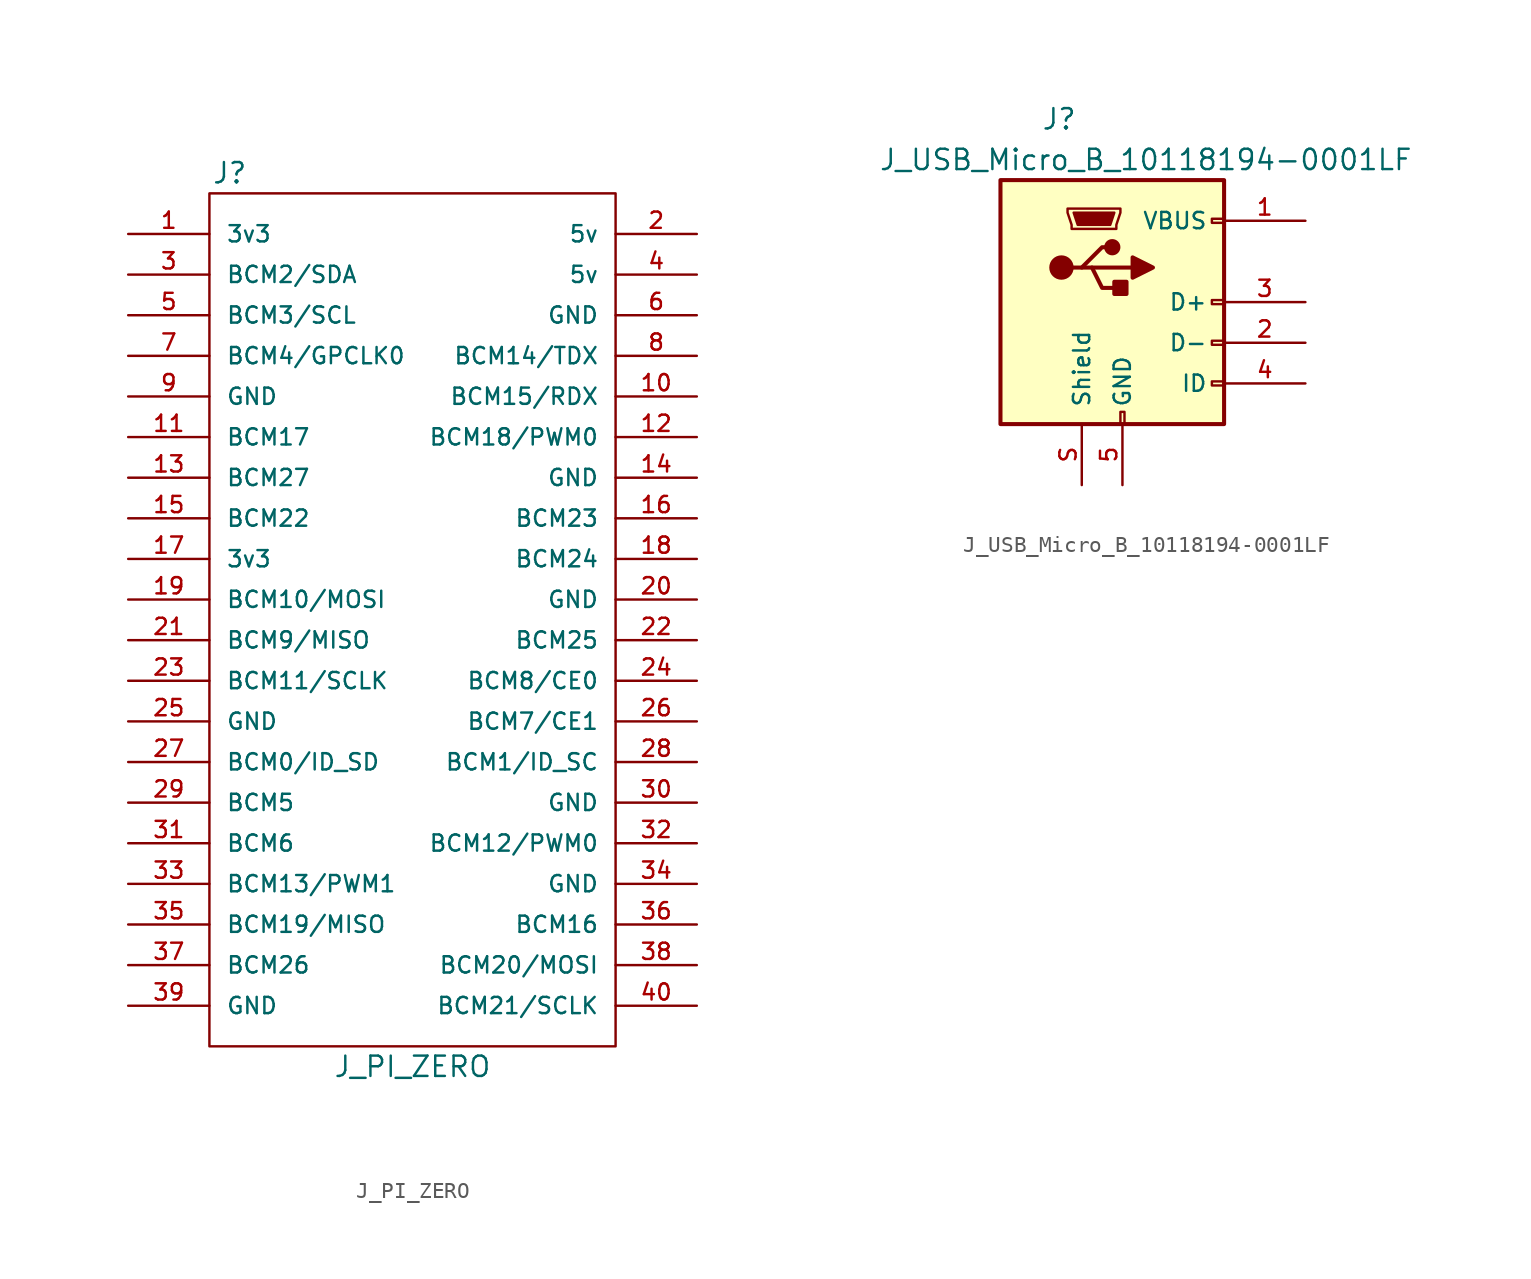
<source format=kicad_sym>
(kicad_symbol_lib
  (version 20211014)
  (generator kicad_symbol_editor)
  (symbol "J_PI_ZERO"
    (pin_names
      (offset 1.016))
    (property "Reference" "J"
      (at -11.43 27.94 0)
      (effects (font (size 1.27 1.27))))
    (property "Value" "J_PI_ZERO"
      (at 0 -27.94 0)
      (effects (font (size 1.27 1.27))))
    (symbol "J_PI_ZERO_1_1"
      (rectangle (start -12.7 26.67) (end 12.7 -26.67) (stroke (width 0) (type default) (color 0 0 0 0)) (fill (type none)))
      (pin passive line (at -17.78 24.13 0) (length 5.08) (name "3v3" (effects (font (size 1.016 1.016)))) (number "1" (effects (font (size 1.016 1.016)))))
      (pin passive line (at 17.78 13.97 180) (length 5.08) (name "BCM15/RDX" (effects (font (size 1.016 1.016)))) (number "10" (effects (font (size 1.016 1.016)))))
      (pin passive line (at -17.78 11.43 0) (length 5.08) (name "BCM17" (effects (font (size 1.016 1.016)))) (number "11" (effects (font (size 1.016 1.016)))))
      (pin passive line (at 17.78 11.43 180) (length 5.08) (name "BCM18/PWM0" (effects (font (size 1.016 1.016)))) (number "12" (effects (font (size 1.016 1.016)))))
      (pin passive line (at -17.78 8.89 0) (length 5.08) (name "BCM27" (effects (font (size 1.016 1.016)))) (number "13" (effects (font (size 1.016 1.016)))))
      (pin passive line (at 17.78 8.89 180) (length 5.08) (name "GND" (effects (font (size 1.016 1.016)))) (number "14" (effects (font (size 1.016 1.016)))))
      (pin passive line (at -17.78 6.35 0) (length 5.08) (name "BCM22" (effects (font (size 1.016 1.016)))) (number "15" (effects (font (size 1.016 1.016)))))
      (pin passive line (at 17.78 6.35 180) (length 5.08) (name "BCM23" (effects (font (size 1.016 1.016)))) (number "16" (effects (font (size 1.016 1.016)))))
      (pin passive line (at -17.78 3.81 0) (length 5.08) (name "3v3" (effects (font (size 1.016 1.016)))) (number "17" (effects (font (size 1.016 1.016)))))
      (pin passive line (at 17.78 3.81 180) (length 5.08) (name "BCM24" (effects (font (size 1.016 1.016)))) (number "18" (effects (font (size 1.016 1.016)))))
      (pin passive line (at -17.78 1.27 0) (length 5.08) (name "BCM10/MOSI" (effects (font (size 1.016 1.016)))) (number "19" (effects (font (size 1.016 1.016)))))
      (pin passive line (at 17.78 24.13 180) (length 5.08) (name "5v" (effects (font (size 1.016 1.016)))) (number "2" (effects (font (size 1.016 1.016)))))
      (pin passive line (at 17.78 1.27 180) (length 5.08) (name "GND" (effects (font (size 1.016 1.016)))) (number "20" (effects (font (size 1.016 1.016)))))
      (pin passive line (at -17.78 -1.27 0) (length 5.08) (name "BCM9/MISO" (effects (font (size 1.016 1.016)))) (number "21" (effects (font (size 1.016 1.016)))))
      (pin passive line (at 17.78 -1.27 180) (length 5.08) (name "BCM25" (effects (font (size 1.016 1.016)))) (number "22" (effects (font (size 1.016 1.016)))))
      (pin passive line (at -17.78 -3.81 0) (length 5.08) (name "BCM11/SCLK" (effects (font (size 1.016 1.016)))) (number "23" (effects (font (size 1.016 1.016)))))
      (pin passive line (at 17.78 -3.81 180) (length 5.08) (name "BCM8/CE0" (effects (font (size 1.016 1.016)))) (number "24" (effects (font (size 1.016 1.016)))))
      (pin passive line (at -17.78 -6.35 0) (length 5.08) (name "GND" (effects (font (size 1.016 1.016)))) (number "25" (effects (font (size 1.016 1.016)))))
      (pin passive line (at 17.78 -6.35 180) (length 5.08) (name "BCM7/CE1" (effects (font (size 1.016 1.016)))) (number "26" (effects (font (size 1.016 1.016)))))
      (pin passive line (at -17.78 -8.89 0) (length 5.08) (name "BCM0/ID_SD" (effects (font (size 1.016 1.016)))) (number "27" (effects (font (size 1.016 1.016)))))
      (pin passive line (at 17.78 -8.89 180) (length 5.08) (name "BCM1/ID_SC" (effects (font (size 1.016 1.016)))) (number "28" (effects (font (size 1.016 1.016)))))
      (pin passive line (at -17.78 -11.43 0) (length 5.08) (name "BCM5" (effects (font (size 1.016 1.016)))) (number "29" (effects (font (size 1.016 1.016)))))
      (pin passive line (at -17.78 21.59 0) (length 5.08) (name "BCM2/SDA" (effects (font (size 1.016 1.016)))) (number "3" (effects (font (size 1.016 1.016)))))
      (pin passive line (at 17.78 -11.43 180) (length 5.08) (name "GND" (effects (font (size 1.016 1.016)))) (number "30" (effects (font (size 1.016 1.016)))))
      (pin passive line (at -17.78 -13.97 0) (length 5.08) (name "BCM6" (effects (font (size 1.016 1.016)))) (number "31" (effects (font (size 1.016 1.016)))))
      (pin passive line (at 17.78 -13.97 180) (length 5.08) (name "BCM12/PWM0" (effects (font (size 1.016 1.016)))) (number "32" (effects (font (size 1.016 1.016)))))
      (pin passive line (at -17.78 -16.51 0) (length 5.08) (name "BCM13/PWM1" (effects (font (size 1.016 1.016)))) (number "33" (effects (font (size 1.016 1.016)))))
      (pin passive line (at 17.78 -16.51 180) (length 5.08) (name "GND" (effects (font (size 1.016 1.016)))) (number "34" (effects (font (size 1.016 1.016)))))
      (pin passive line (at -17.78 -19.05 0) (length 5.08) (name "BCM19/MISO" (effects (font (size 1.016 1.016)))) (number "35" (effects (font (size 1.016 1.016)))))
      (pin passive line (at 17.78 -19.05 180) (length 5.08) (name "BCM16" (effects (font (size 1.016 1.016)))) (number "36" (effects (font (size 1.016 1.016)))))
      (pin passive line (at -17.78 -21.59 0) (length 5.08) (name "BCM26" (effects (font (size 1.016 1.016)))) (number "37" (effects (font (size 1.016 1.016)))))
      (pin passive line (at 17.78 -21.59 180) (length 5.08) (name "BCM20/MOSI" (effects (font (size 1.016 1.016)))) (number "38" (effects (font (size 1.016 1.016)))))
      (pin passive line (at -17.78 -24.13 0) (length 5.08) (name "GND" (effects (font (size 1.016 1.016)))) (number "39" (effects (font (size 1.016 1.016)))))
      (pin passive line (at 17.78 21.59 180) (length 5.08) (name "5v" (effects (font (size 1.016 1.016)))) (number "4" (effects (font (size 1.016 1.016)))))
      (pin passive line (at 17.78 -24.13 180) (length 5.08) (name "BCM21/SCLK" (effects (font (size 1.016 1.016)))) (number "40" (effects (font (size 1.016 1.016)))))
      (pin passive line (at -17.78 19.05 0) (length 5.08) (name "BCM3/SCL" (effects (font (size 1.016 1.016)))) (number "5" (effects (font (size 1.016 1.016)))))
      (pin passive line (at 17.78 19.05 180) (length 5.08) (name "GND" (effects (font (size 1.016 1.016)))) (number "6" (effects (font (size 1.016 1.016)))))
      (pin passive line (at -17.78 16.51 0) (length 5.08) (name "BCM4/GPCLK0" (effects (font (size 1.016 1.016)))) (number "7" (effects (font (size 1.016 1.016)))))
      (pin passive line (at 17.78 16.51 180) (length 5.08) (name "BCM14/TDX" (effects (font (size 1.016 1.016)))) (number "8" (effects (font (size 1.016 1.016)))))
      (pin passive line (at -17.78 13.97 0) (length 5.08) (name "GND" (effects (font (size 1.016 1.016)))) (number "9" (effects (font (size 1.016 1.016)))))))
  (symbol "J_USB_Micro_B_10118194-0001LF"
    (pin_names
      (offset 1.016))
    (property "Reference" "J"
      (at -5.08 11.43 0)
      (effects (font (size 1.27 1.27)) (justify left)))
    (property "Value" "J_USB_Micro_B_10118194-0001LF"
      (at -15.24 8.89 0)
      (effects (font (size 1.27 1.27)) (justify left)))
    (symbol "J_USB_Micro_B_10118194-0001LF_0_1"
      (rectangle (start -7.62 7.62) (end 6.35 -7.62) (stroke (width 0.254) (type default) (color 0 0 0 0)) (fill (type background)))
      (circle (center -3.81 2.159) (radius 0.635) (stroke (width 0.254) (type default) (color 0 0 0 0)) (fill (type outline)))
      (circle (center -0.635 3.429) (radius 0.381) (stroke (width 0.254) (type default) (color 0 0 0 0)) (fill (type outline)))
      (rectangle (start -0.127 -7.62) (end 0.127 -6.858) (stroke (width 0) (type default) (color 0 0 0 0)) (fill (type none)))
      (polyline (pts (xy -1.905 2.159) (xy 0.635 2.159)) (stroke (width 0.254) (type default) (color 0 0 0 0)) (fill (type none)))
      (polyline (pts (xy -3.175 2.159) (xy -2.54 2.159) (xy -1.27 3.429) (xy -0.635 3.429)) (stroke (width 0.254) (type default) (color 0 0 0 0)) (fill (type none)))
      (polyline (pts (xy -2.54 2.159) (xy -1.905 2.159) (xy -1.27 0.889) (xy 0 0.889)) (stroke (width 0.254) (type default) (color 0 0 0 0)) (fill (type none)))
      (polyline (pts (xy 0.635 2.794) (xy 0.635 1.524) (xy 1.905 2.159) (xy 0.635 2.794)) (stroke (width 0.254) (type default) (color 0 0 0 0)) (fill (type outline)))
      (polyline (pts (xy -3.048 5.588) (xy -0.508 5.588) (xy -0.762 4.826) (xy -2.794 4.826) (xy -3.048 5.588)) (stroke (width 0) (type default) (color 0 0 0 0)) (fill (type outline)))
      (polyline (pts (xy -3.429 5.842) (xy -3.429 5.588) (xy -3.175 4.826) (xy -3.175 4.572) (xy -0.381 4.572) (xy -0.381 4.826) (xy -0.127 5.588) (xy -0.127 5.842) (xy -3.429 5.842)) (stroke (width 0) (type default) (color 0 0 0 0)) (fill (type none)))
      (rectangle (start 0.254 1.27) (end -0.508 0.508) (stroke (width 0.254) (type default) (color 0 0 0 0)) (fill (type outline)))
      (rectangle (start 6.35 -5.207) (end 5.588 -4.953) (stroke (width 0) (type default) (color 0 0 0 0)) (fill (type none)))
      (rectangle (start 6.35 -2.667) (end 5.588 -2.413) (stroke (width 0) (type default) (color 0 0 0 0)) (fill (type none)))
      (rectangle (start 6.35 -0.127) (end 5.588 0.127) (stroke (width 0) (type default) (color 0 0 0 0)) (fill (type none)))
      (rectangle (start 6.35 4.953) (end 5.588 5.207) (stroke (width 0) (type default) (color 0 0 0 0)) (fill (type none))))
    (symbol "J_USB_Micro_B_10118194-0001LF_1_1"
      (pin power_out line (at 11.43 5.08 180) (length 5.08) (name "VBUS" (effects (font (size 1.016 1.016)))) (number "1" (effects (font (size 1.016 1.016)))))
      (pin bidirectional line (at 11.43 -2.54 180) (length 5.08) (name "D-" (effects (font (size 1.016 1.016)))) (number "2" (effects (font (size 1.016 1.016)))))
      (pin bidirectional line (at 11.43 0 180) (length 5.08) (name "D+" (effects (font (size 1.016 1.016)))) (number "3" (effects (font (size 1.016 1.016)))))
      (pin passive line (at 11.43 -5.08 180) (length 5.08) (name "ID" (effects (font (size 1.016 1.016)))) (number "4" (effects (font (size 1.016 1.016)))))
      (pin power_out line (at 0 -11.43 90) (length 3.81) (name "GND" (effects (font (size 1.016 1.016)))) (number "5" (effects (font (size 1.016 1.016)))))
      (pin passive line (at -2.54 -11.43 90) (length 3.81) (name "Shield" (effects (font (size 1.016 1.016)))) (number "S" (effects (font (size 1.016 1.016))))))))
</source>
